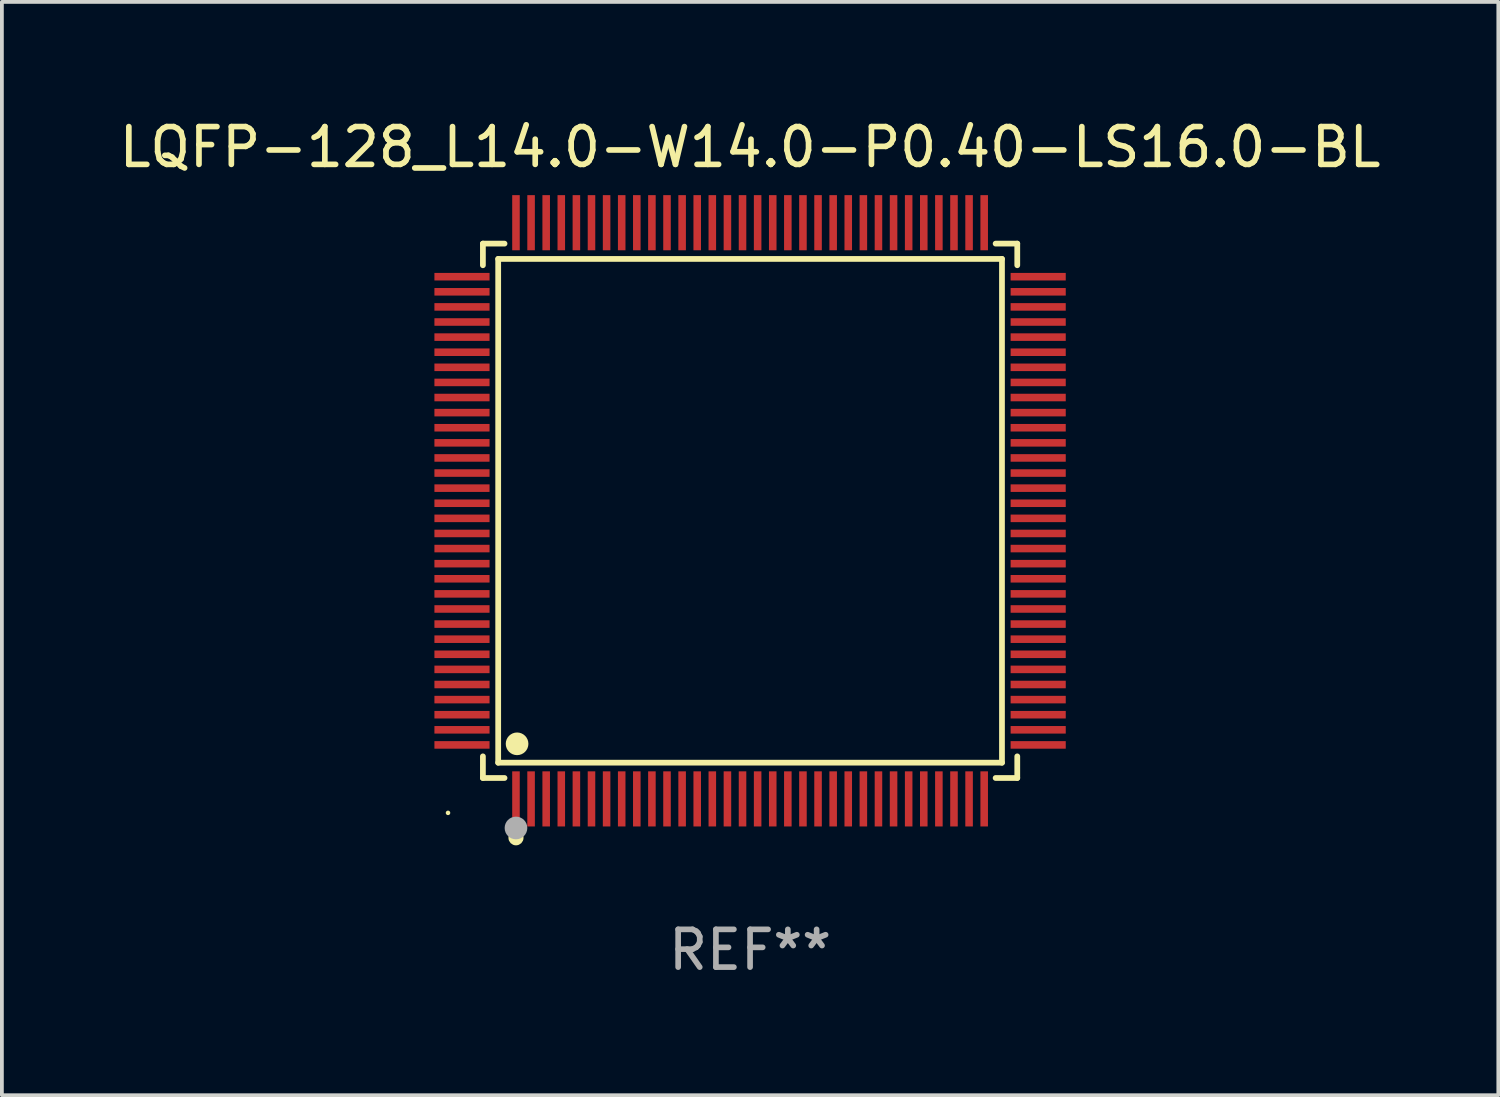
<source format=kicad_pcb>
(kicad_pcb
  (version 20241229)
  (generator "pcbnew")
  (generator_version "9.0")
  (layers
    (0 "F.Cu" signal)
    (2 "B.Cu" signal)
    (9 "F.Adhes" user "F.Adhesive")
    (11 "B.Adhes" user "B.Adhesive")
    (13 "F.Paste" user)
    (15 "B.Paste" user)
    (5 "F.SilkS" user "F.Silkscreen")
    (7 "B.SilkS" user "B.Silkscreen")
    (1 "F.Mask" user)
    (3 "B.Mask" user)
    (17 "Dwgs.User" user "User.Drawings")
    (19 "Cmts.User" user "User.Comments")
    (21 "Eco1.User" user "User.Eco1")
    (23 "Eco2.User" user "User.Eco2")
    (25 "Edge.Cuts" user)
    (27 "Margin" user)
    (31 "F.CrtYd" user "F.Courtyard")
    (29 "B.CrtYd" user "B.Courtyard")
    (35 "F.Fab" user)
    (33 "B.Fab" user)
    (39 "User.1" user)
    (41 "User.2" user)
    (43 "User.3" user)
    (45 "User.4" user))
  (footprint "LQFP-128_L14.0-W14.0-P0.40-LS16.0-BL"
    (layer "F.Cu")
    (at 16.815 10.478)
    (property "Reference" "LQFP-128_L14.0-W14.0-P0.40-LS16.0-BL" (at 0 -9.63 0) (layer "F.SilkS") (effects (font (size 1 1) (thickness 0.15))))
    (attr smd)
    (fp_line (start -7.076 -7.076) (end -6.503 -7.076) (stroke (width 0.152) (type solid)) (layer "F.SilkS"))
    (fp_line (start -7.076 -6.503) (end -7.076 -7.076) (stroke (width 0.152) (type solid)) (layer "F.SilkS"))
    (fp_line (start -7.076 6.503) (end -7.076 7.076) (stroke (width 0.152) (type solid)) (layer "F.SilkS"))
    (fp_line (start -7.076 7.076) (end -6.503 7.076) (stroke (width 0.152) (type solid)) (layer "F.SilkS"))
    (fp_line (start -6.671 -6.671) (end 6.671 -6.671) (stroke (width 0.152) (type solid)) (layer "F.SilkS"))
    (fp_line (start -6.671 6.671) (end -6.671 -6.671) (stroke (width 0.152) (type solid)) (layer "F.SilkS"))
    (fp_line (start 6.671 -6.671) (end 6.671 6.671) (stroke (width 0.152) (type solid)) (layer "F.SilkS"))
    (fp_line (start 6.671 6.671) (end -6.671 6.671) (stroke (width 0.152) (type solid)) (layer "F.SilkS"))
    (fp_line (start 7.076 -7.076) (end 6.503 -7.076) (stroke (width 0.152) (type solid)) (layer "F.SilkS"))
    (fp_line (start 7.076 -6.503) (end 7.076 -7.076) (stroke (width 0.152) (type solid)) (layer "F.SilkS"))
    (fp_line (start 7.076 6.503) (end 7.076 7.076) (stroke (width 0.152) (type solid)) (layer "F.SilkS"))
    (fp_line (start 7.076 7.076) (end 6.503 7.076) (stroke (width 0.152) (type solid)) (layer "F.SilkS"))
    (fp_circle (center -8 8) (end -7.97 8) (stroke (width 0.06) (type solid)) (fill no) (layer "F.SilkS"))
    (fp_circle (center -6.2 8.66) (end -6.1 8.66) (stroke (width 0.2) (type solid)) (fill no) (layer "F.SilkS"))
    (fp_circle (center -6.171 6.171) (end -6.021 6.171) (stroke (width 0.3) (type solid)) (fill no) (layer "F.SilkS"))
    (fp_circle (center -6.2 8.4) (end -6.05 8.4) (stroke (width 0.3) (type solid)) (fill no) (layer "F.Fab"))
    (fp_text user "REF**" (at 0 11.63 0) (layer "F.Fab") (effects (font (size 1 1) (thickness 0.15))))
    (pad "1" smd rect (at -6.2 7.63) (size 0.2 1.46) (layers "F.Cu" "F.Mask" "F.Paste"))
    (pad "2" smd rect (at -5.8 7.63) (size 0.2 1.46) (layers "F.Cu" "F.Mask" "F.Paste"))
    (pad "3" smd rect (at -5.4 7.63) (size 0.2 1.46) (layers "F.Cu" "F.Mask" "F.Paste"))
    (pad "4" smd rect (at -5 7.63) (size 0.2 1.46) (layers "F.Cu" "F.Mask" "F.Paste"))
    (pad "5" smd rect (at -4.6 7.63) (size 0.2 1.46) (layers "F.Cu" "F.Mask" "F.Paste"))
    (pad "6" smd rect (at -4.2 7.63) (size 0.2 1.46) (layers "F.Cu" "F.Mask" "F.Paste"))
    (pad "7" smd rect (at -3.8 7.63) (size 0.2 1.46) (layers "F.Cu" "F.Mask" "F.Paste"))
    (pad "8" smd rect (at -3.4 7.63) (size 0.2 1.46) (layers "F.Cu" "F.Mask" "F.Paste"))
    (pad "9" smd rect (at -3 7.63) (size 0.2 1.46) (layers "F.Cu" "F.Mask" "F.Paste"))
    (pad "10" smd rect (at -2.6 7.63) (size 0.2 1.46) (layers "F.Cu" "F.Mask" "F.Paste"))
    (pad "11" smd rect (at -2.2 7.63) (size 0.2 1.46) (layers "F.Cu" "F.Mask" "F.Paste"))
    (pad "12" smd rect (at -1.8 7.63) (size 0.2 1.46) (layers "F.Cu" "F.Mask" "F.Paste"))
    (pad "13" smd rect (at -1.4 7.63) (size 0.2 1.46) (layers "F.Cu" "F.Mask" "F.Paste"))
    (pad "14" smd rect (at -1 7.63) (size 0.2 1.46) (layers "F.Cu" "F.Mask" "F.Paste"))
    (pad "15" smd rect (at -0.6 7.63) (size 0.2 1.46) (layers "F.Cu" "F.Mask" "F.Paste"))
    (pad "16" smd rect (at -0.2 7.63) (size 0.2 1.46) (layers "F.Cu" "F.Mask" "F.Paste"))
    (pad "17" smd rect (at 0.2 7.63) (size 0.2 1.46) (layers "F.Cu" "F.Mask" "F.Paste"))
    (pad "18" smd rect (at 0.6 7.63) (size 0.2 1.46) (layers "F.Cu" "F.Mask" "F.Paste"))
    (pad "19" smd rect (at 1 7.63) (size 0.2 1.46) (layers "F.Cu" "F.Mask" "F.Paste"))
    (pad "20" smd rect (at 1.4 7.63) (size 0.2 1.46) (layers "F.Cu" "F.Mask" "F.Paste"))
    (pad "21" smd rect (at 1.8 7.63) (size 0.2 1.46) (layers "F.Cu" "F.Mask" "F.Paste"))
    (pad "22" smd rect (at 2.2 7.63) (size 0.2 1.46) (layers "F.Cu" "F.Mask" "F.Paste"))
    (pad "23" smd rect (at 2.6 7.63) (size 0.2 1.46) (layers "F.Cu" "F.Mask" "F.Paste"))
    (pad "24" smd rect (at 3 7.63) (size 0.2 1.46) (layers "F.Cu" "F.Mask" "F.Paste"))
    (pad "25" smd rect (at 3.4 7.63) (size 0.2 1.46) (layers "F.Cu" "F.Mask" "F.Paste"))
    (pad "26" smd rect (at 3.8 7.63) (size 0.2 1.46) (layers "F.Cu" "F.Mask" "F.Paste"))
    (pad "27" smd rect (at 4.2 7.63) (size 0.2 1.46) (layers "F.Cu" "F.Mask" "F.Paste"))
    (pad "28" smd rect (at 4.6 7.63) (size 0.2 1.46) (layers "F.Cu" "F.Mask" "F.Paste"))
    (pad "29" smd rect (at 5 7.63) (size 0.2 1.46) (layers "F.Cu" "F.Mask" "F.Paste"))
    (pad "30" smd rect (at 5.4 7.63) (size 0.2 1.46) (layers "F.Cu" "F.Mask" "F.Paste"))
    (pad "31" smd rect (at 5.8 7.63) (size 0.2 1.46) (layers "F.Cu" "F.Mask" "F.Paste"))
    (pad "32" smd rect (at 6.2 7.63) (size 0.2 1.46) (layers "F.Cu" "F.Mask" "F.Paste"))
    (pad "33" smd rect (at 7.63 6.2) (size 1.46 0.2) (layers "F.Cu" "F.Mask" "F.Paste"))
    (pad "34" smd rect (at 7.63 5.8) (size 1.46 0.2) (layers "F.Cu" "F.Mask" "F.Paste"))
    (pad "35" smd rect (at 7.63 5.4) (size 1.46 0.2) (layers "F.Cu" "F.Mask" "F.Paste"))
    (pad "36" smd rect (at 7.63 5) (size 1.46 0.2) (layers "F.Cu" "F.Mask" "F.Paste"))
    (pad "37" smd rect (at 7.63 4.6) (size 1.46 0.2) (layers "F.Cu" "F.Mask" "F.Paste"))
    (pad "38" smd rect (at 7.63 4.2) (size 1.46 0.2) (layers "F.Cu" "F.Mask" "F.Paste"))
    (pad "39" smd rect (at 7.63 3.8) (size 1.46 0.2) (layers "F.Cu" "F.Mask" "F.Paste"))
    (pad "40" smd rect (at 7.63 3.4) (size 1.46 0.2) (layers "F.Cu" "F.Mask" "F.Paste"))
    (pad "41" smd rect (at 7.63 3) (size 1.46 0.2) (layers "F.Cu" "F.Mask" "F.Paste"))
    (pad "42" smd rect (at 7.63 2.6) (size 1.46 0.2) (layers "F.Cu" "F.Mask" "F.Paste"))
    (pad "43" smd rect (at 7.63 2.2) (size 1.46 0.2) (layers "F.Cu" "F.Mask" "F.Paste"))
    (pad "44" smd rect (at 7.63 1.8) (size 1.46 0.2) (layers "F.Cu" "F.Mask" "F.Paste"))
    (pad "45" smd rect (at 7.63 1.4) (size 1.46 0.2) (layers "F.Cu" "F.Mask" "F.Paste"))
    (pad "46" smd rect (at 7.63 1) (size 1.46 0.2) (layers "F.Cu" "F.Mask" "F.Paste"))
    (pad "47" smd rect (at 7.63 0.6) (size 1.46 0.2) (layers "F.Cu" "F.Mask" "F.Paste"))
    (pad "48" smd rect (at 7.63 0.2) (size 1.46 0.2) (layers "F.Cu" "F.Mask" "F.Paste"))
    (pad "49" smd rect (at 7.63 -0.2) (size 1.46 0.2) (layers "F.Cu" "F.Mask" "F.Paste"))
    (pad "50" smd rect (at 7.63 -0.6) (size 1.46 0.2) (layers "F.Cu" "F.Mask" "F.Paste"))
    (pad "51" smd rect (at 7.63 -1) (size 1.46 0.2) (layers "F.Cu" "F.Mask" "F.Paste"))
    (pad "52" smd rect (at 7.63 -1.4) (size 1.46 0.2) (layers "F.Cu" "F.Mask" "F.Paste"))
    (pad "53" smd rect (at 7.63 -1.8) (size 1.46 0.2) (layers "F.Cu" "F.Mask" "F.Paste"))
    (pad "54" smd rect (at 7.63 -2.2) (size 1.46 0.2) (layers "F.Cu" "F.Mask" "F.Paste"))
    (pad "55" smd rect (at 7.63 -2.6) (size 1.46 0.2) (layers "F.Cu" "F.Mask" "F.Paste"))
    (pad "56" smd rect (at 7.63 -3) (size 1.46 0.2) (layers "F.Cu" "F.Mask" "F.Paste"))
    (pad "57" smd rect (at 7.63 -3.4) (size 1.46 0.2) (layers "F.Cu" "F.Mask" "F.Paste"))
    (pad "58" smd rect (at 7.63 -3.8) (size 1.46 0.2) (layers "F.Cu" "F.Mask" "F.Paste"))
    (pad "59" smd rect (at 7.63 -4.2) (size 1.46 0.2) (layers "F.Cu" "F.Mask" "F.Paste"))
    (pad "60" smd rect (at 7.63 -4.6) (size 1.46 0.2) (layers "F.Cu" "F.Mask" "F.Paste"))
    (pad "61" smd rect (at 7.63 -5) (size 1.46 0.2) (layers "F.Cu" "F.Mask" "F.Paste"))
    (pad "62" smd rect (at 7.63 -5.4) (size 1.46 0.2) (layers "F.Cu" "F.Mask" "F.Paste"))
    (pad "63" smd rect (at 7.63 -5.8) (size 1.46 0.2) (layers "F.Cu" "F.Mask" "F.Paste"))
    (pad "64" smd rect (at 7.63 -6.2) (size 1.46 0.2) (layers "F.Cu" "F.Mask" "F.Paste"))
    (pad "65" smd rect (at 6.2 -7.63) (size 0.2 1.46) (layers "F.Cu" "F.Mask" "F.Paste"))
    (pad "66" smd rect (at 5.8 -7.63) (size 0.2 1.46) (layers "F.Cu" "F.Mask" "F.Paste"))
    (pad "67" smd rect (at 5.4 -7.63) (size 0.2 1.46) (layers "F.Cu" "F.Mask" "F.Paste"))
    (pad "68" smd rect (at 5 -7.63) (size 0.2 1.46) (layers "F.Cu" "F.Mask" "F.Paste"))
    (pad "69" smd rect (at 4.6 -7.63) (size 0.2 1.46) (layers "F.Cu" "F.Mask" "F.Paste"))
    (pad "70" smd rect (at 4.2 -7.63) (size 0.2 1.46) (layers "F.Cu" "F.Mask" "F.Paste"))
    (pad "71" smd rect (at 3.8 -7.63) (size 0.2 1.46) (layers "F.Cu" "F.Mask" "F.Paste"))
    (pad "72" smd rect (at 3.4 -7.63) (size 0.2 1.46) (layers "F.Cu" "F.Mask" "F.Paste"))
    (pad "73" smd rect (at 3 -7.63) (size 0.2 1.46) (layers "F.Cu" "F.Mask" "F.Paste"))
    (pad "74" smd rect (at 2.6 -7.63) (size 0.2 1.46) (layers "F.Cu" "F.Mask" "F.Paste"))
    (pad "75" smd rect (at 2.2 -7.63) (size 0.2 1.46) (layers "F.Cu" "F.Mask" "F.Paste"))
    (pad "76" smd rect (at 1.8 -7.63) (size 0.2 1.46) (layers "F.Cu" "F.Mask" "F.Paste"))
    (pad "77" smd rect (at 1.4 -7.63) (size 0.2 1.46) (layers "F.Cu" "F.Mask" "F.Paste"))
    (pad "78" smd rect (at 1 -7.63) (size 0.2 1.46) (layers "F.Cu" "F.Mask" "F.Paste"))
    (pad "79" smd rect (at 0.6 -7.63) (size 0.2 1.46) (layers "F.Cu" "F.Mask" "F.Paste"))
    (pad "80" smd rect (at 0.2 -7.63) (size 0.2 1.46) (layers "F.Cu" "F.Mask" "F.Paste"))
    (pad "81" smd rect (at -0.2 -7.63) (size 0.2 1.46) (layers "F.Cu" "F.Mask" "F.Paste"))
    (pad "82" smd rect (at -0.6 -7.63) (size 0.2 1.46) (layers "F.Cu" "F.Mask" "F.Paste"))
    (pad "83" smd rect (at -1 -7.63) (size 0.2 1.46) (layers "F.Cu" "F.Mask" "F.Paste"))
    (pad "84" smd rect (at -1.4 -7.63) (size 0.2 1.46) (layers "F.Cu" "F.Mask" "F.Paste"))
    (pad "85" smd rect (at -1.8 -7.63) (size 0.2 1.46) (layers "F.Cu" "F.Mask" "F.Paste"))
    (pad "86" smd rect (at -2.2 -7.63) (size 0.2 1.46) (layers "F.Cu" "F.Mask" "F.Paste"))
    (pad "87" smd rect (at -2.6 -7.63) (size 0.2 1.46) (layers "F.Cu" "F.Mask" "F.Paste"))
    (pad "88" smd rect (at -3 -7.63) (size 0.2 1.46) (layers "F.Cu" "F.Mask" "F.Paste"))
    (pad "89" smd rect (at -3.4 -7.63) (size 0.2 1.46) (layers "F.Cu" "F.Mask" "F.Paste"))
    (pad "90" smd rect (at -3.8 -7.63) (size 0.2 1.46) (layers "F.Cu" "F.Mask" "F.Paste"))
    (pad "91" smd rect (at -4.2 -7.63) (size 0.2 1.46) (layers "F.Cu" "F.Mask" "F.Paste"))
    (pad "92" smd rect (at -4.6 -7.63) (size 0.2 1.46) (layers "F.Cu" "F.Mask" "F.Paste"))
    (pad "93" smd rect (at -5 -7.63) (size 0.2 1.46) (layers "F.Cu" "F.Mask" "F.Paste"))
    (pad "94" smd rect (at -5.4 -7.63) (size 0.2 1.46) (layers "F.Cu" "F.Mask" "F.Paste"))
    (pad "95" smd rect (at -5.8 -7.63) (size 0.2 1.46) (layers "F.Cu" "F.Mask" "F.Paste"))
    (pad "96" smd rect (at -6.2 -7.63) (size 0.2 1.46) (layers "F.Cu" "F.Mask" "F.Paste"))
    (pad "97" smd rect (at -7.63 -6.2) (size 1.46 0.2) (layers "F.Cu" "F.Mask" "F.Paste"))
    (pad "98" smd rect (at -7.63 -5.8) (size 1.46 0.2) (layers "F.Cu" "F.Mask" "F.Paste"))
    (pad "99" smd rect (at -7.63 -5.4) (size 1.46 0.2) (layers "F.Cu" "F.Mask" "F.Paste"))
    (pad "100" smd rect (at -7.63 -5) (size 1.46 0.2) (layers "F.Cu" "F.Mask" "F.Paste"))
    (pad "101" smd rect (at -7.63 -4.6) (size 1.46 0.2) (layers "F.Cu" "F.Mask" "F.Paste"))
    (pad "102" smd rect (at -7.63 -4.2) (size 1.46 0.2) (layers "F.Cu" "F.Mask" "F.Paste"))
    (pad "103" smd rect (at -7.63 -3.8) (size 1.46 0.2) (layers "F.Cu" "F.Mask" "F.Paste"))
    (pad "104" smd rect (at -7.63 -3.4) (size 1.46 0.2) (layers "F.Cu" "F.Mask" "F.Paste"))
    (pad "105" smd rect (at -7.63 -3) (size 1.46 0.2) (layers "F.Cu" "F.Mask" "F.Paste"))
    (pad "106" smd rect (at -7.63 -2.6) (size 1.46 0.2) (layers "F.Cu" "F.Mask" "F.Paste"))
    (pad "107" smd rect (at -7.63 -2.2) (size 1.46 0.2) (layers "F.Cu" "F.Mask" "F.Paste"))
    (pad "108" smd rect (at -7.63 -1.8) (size 1.46 0.2) (layers "F.Cu" "F.Mask" "F.Paste"))
    (pad "109" smd rect (at -7.63 -1.4) (size 1.46 0.2) (layers "F.Cu" "F.Mask" "F.Paste"))
    (pad "110" smd rect (at -7.63 -1) (size 1.46 0.2) (layers "F.Cu" "F.Mask" "F.Paste"))
    (pad "111" smd rect (at -7.63 -0.6) (size 1.46 0.2) (layers "F.Cu" "F.Mask" "F.Paste"))
    (pad "112" smd rect (at -7.63 -0.2) (size 1.46 0.2) (layers "F.Cu" "F.Mask" "F.Paste"))
    (pad "113" smd rect (at -7.63 0.2) (size 1.46 0.2) (layers "F.Cu" "F.Mask" "F.Paste"))
    (pad "114" smd rect (at -7.63 0.6) (size 1.46 0.2) (layers "F.Cu" "F.Mask" "F.Paste"))
    (pad "115" smd rect (at -7.63 1) (size 1.46 0.2) (layers "F.Cu" "F.Mask" "F.Paste"))
    (pad "116" smd rect (at -7.63 1.4) (size 1.46 0.2) (layers "F.Cu" "F.Mask" "F.Paste"))
    (pad "117" smd rect (at -7.63 1.8) (size 1.46 0.2) (layers "F.Cu" "F.Mask" "F.Paste"))
    (pad "118" smd rect (at -7.63 2.2) (size 1.46 0.2) (layers "F.Cu" "F.Mask" "F.Paste"))
    (pad "119" smd rect (at -7.63 2.6) (size 1.46 0.2) (layers "F.Cu" "F.Mask" "F.Paste"))
    (pad "120" smd rect (at -7.63 3) (size 1.46 0.2) (layers "F.Cu" "F.Mask" "F.Paste"))
    (pad "121" smd rect (at -7.63 3.4) (size 1.46 0.2) (layers "F.Cu" "F.Mask" "F.Paste"))
    (pad "122" smd rect (at -7.63 3.8) (size 1.46 0.2) (layers "F.Cu" "F.Mask" "F.Paste"))
    (pad "123" smd rect (at -7.63 4.2) (size 1.46 0.2) (layers "F.Cu" "F.Mask" "F.Paste"))
    (pad "124" smd rect (at -7.63 4.6) (size 1.46 0.2) (layers "F.Cu" "F.Mask" "F.Paste"))
    (pad "125" smd rect (at -7.63 5) (size 1.46 0.2) (layers "F.Cu" "F.Mask" "F.Paste"))
    (pad "126" smd rect (at -7.63 5.4) (size 1.46 0.2) (layers "F.Cu" "F.Mask" "F.Paste"))
    (pad "127" smd rect (at -7.63 5.8) (size 1.46 0.2) (layers "F.Cu" "F.Mask" "F.Paste"))
    (pad "128" smd rect (at -7.63 6.2) (size 1.46 0.2) (layers "F.Cu" "F.Mask" "F.Paste")))
  (gr_rect
    (start -3 -3)
    (end 36.631 25.956)
    (stroke (width 0.1) (type default))
    (fill no)
    (layer "Edge.Cuts")))
</source>
